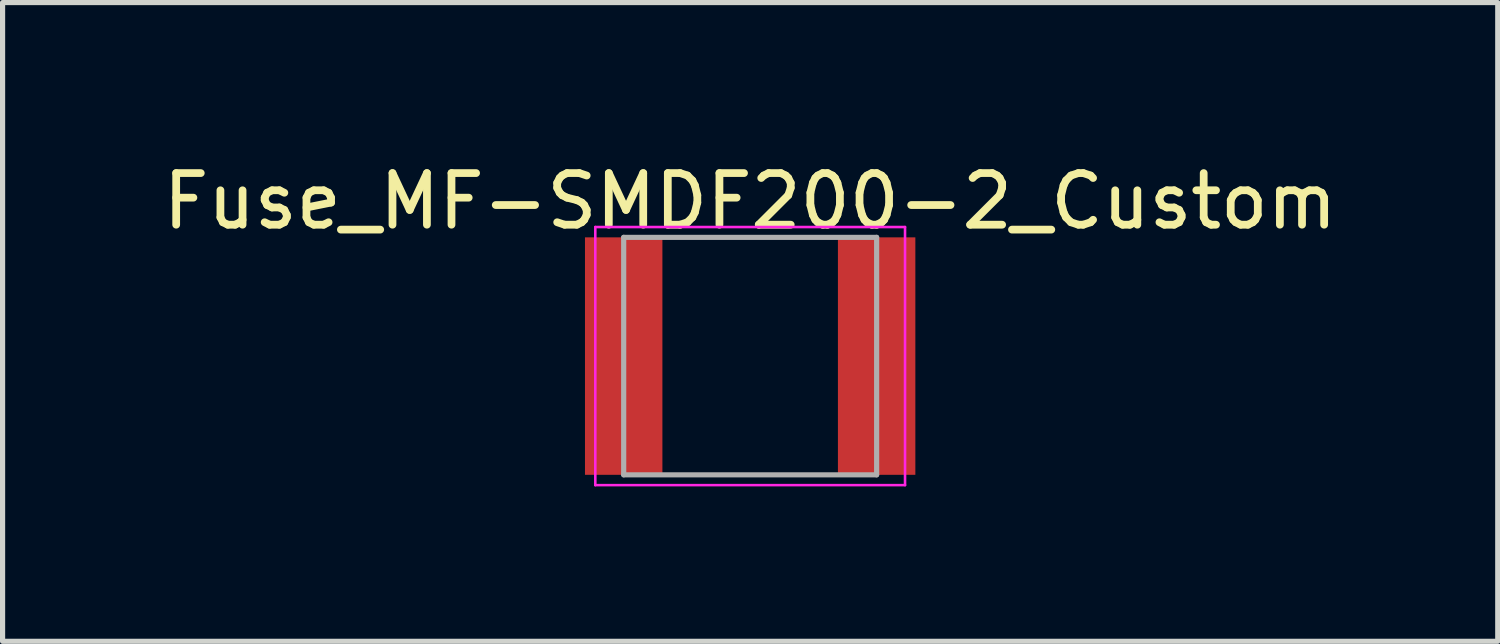
<source format=kicad_pcb>
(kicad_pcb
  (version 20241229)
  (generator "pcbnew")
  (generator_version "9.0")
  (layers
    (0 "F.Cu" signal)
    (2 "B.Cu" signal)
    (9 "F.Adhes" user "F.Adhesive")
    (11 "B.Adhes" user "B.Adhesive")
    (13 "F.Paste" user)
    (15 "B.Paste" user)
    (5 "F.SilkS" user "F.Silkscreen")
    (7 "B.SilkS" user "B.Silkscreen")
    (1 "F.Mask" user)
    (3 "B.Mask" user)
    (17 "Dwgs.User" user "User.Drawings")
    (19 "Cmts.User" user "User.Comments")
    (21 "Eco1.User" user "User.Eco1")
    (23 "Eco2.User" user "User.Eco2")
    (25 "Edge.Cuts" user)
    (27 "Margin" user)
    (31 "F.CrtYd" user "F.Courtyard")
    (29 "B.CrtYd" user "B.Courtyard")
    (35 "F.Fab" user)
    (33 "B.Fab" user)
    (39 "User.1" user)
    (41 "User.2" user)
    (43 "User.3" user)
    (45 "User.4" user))
  (footprint "Fuse_MF-SMDF200-2_Custom"
    (layer "F.Cu")
    (at 11.482 3.848)
    (property "Reference" "Fuse_MF-SMDF200-2_Custom" (at 0 -3 0) (layer "F.SilkS") (effects (font (size 1 1) (thickness 0.15))))
    (attr smd)
    (fp_line (start -3 -2.5) (end 3 -2.5) (stroke (width 0.05) (type solid)) (layer "F.CrtYd"))
    (fp_line (start -3 2.5) (end -3 -2.5) (stroke (width 0.05) (type solid)) (layer "F.CrtYd"))
    (fp_line (start 3 -2.5) (end 3 2.5) (stroke (width 0.05) (type solid)) (layer "F.CrtYd"))
    (fp_line (start 3 2.5) (end -3 2.5) (stroke (width 0.05) (type solid)) (layer "F.CrtYd"))
    (fp_line (start -2.45 -2.3) (end 2.45 -2.3) (stroke (width 0.1) (type solid)) (layer "F.Fab"))
    (fp_line (start -2.45 2.3) (end -2.45 -2.3) (stroke (width 0.1) (type solid)) (layer "F.Fab"))
    (fp_line (start 2.45 -2.3) (end 2.45 2.3) (stroke (width 0.1) (type solid)) (layer "F.Fab"))
    (fp_line (start 2.45 2.3) (end -2.45 2.3) (stroke (width 0.1) (type solid)) (layer "F.Fab"))
    (pad "1" smd rect (at -2.45 0) (size 1.5 4.6) (layers "F.Cu" "F.Mask" "F.Paste"))
    (pad "2" smd rect (at 2.45 0) (size 1.5 4.6) (layers "F.Cu" "F.Mask" "F.Paste")))
  (gr_rect
    (start -3 -3)
    (end 25.964 9.373)
    (stroke (width 0.1) (type default))
    (fill no)
    (layer "Edge.Cuts")))
</source>
